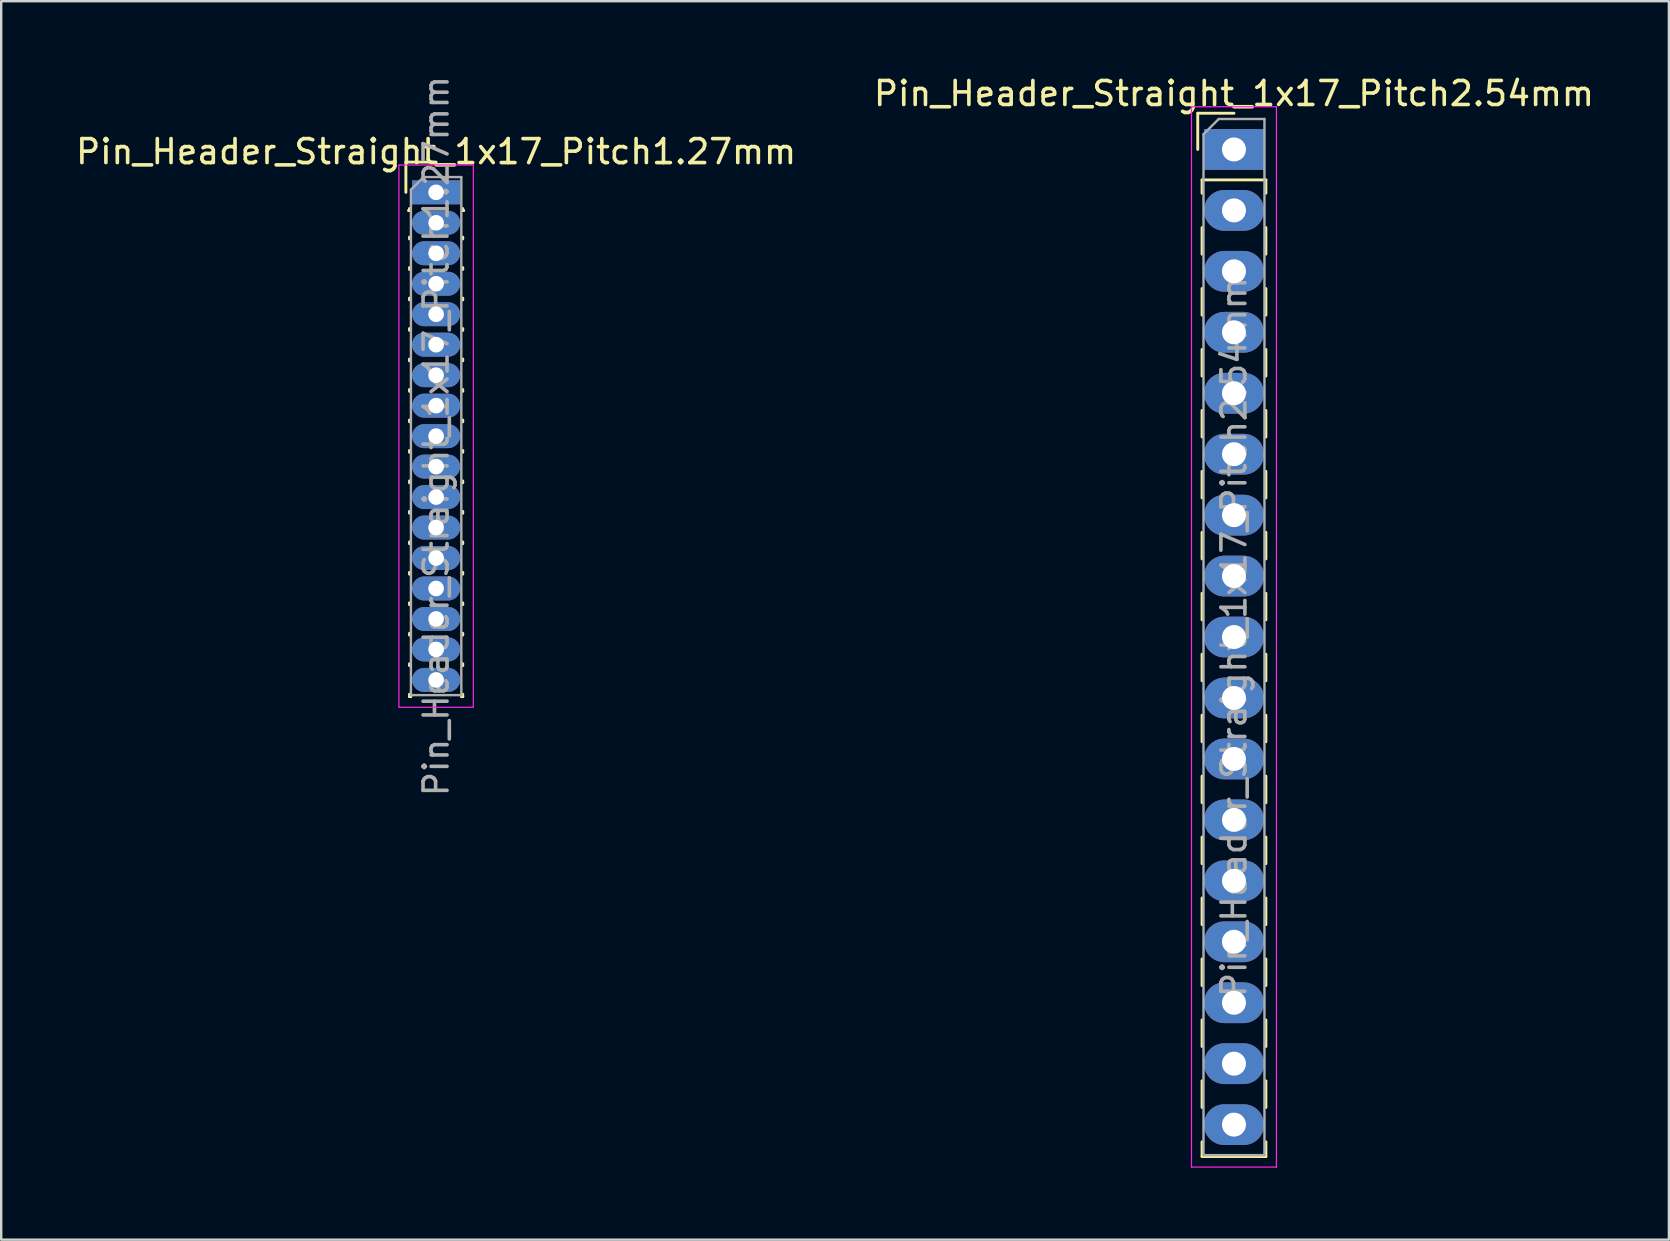
<source format=kicad_pcb>
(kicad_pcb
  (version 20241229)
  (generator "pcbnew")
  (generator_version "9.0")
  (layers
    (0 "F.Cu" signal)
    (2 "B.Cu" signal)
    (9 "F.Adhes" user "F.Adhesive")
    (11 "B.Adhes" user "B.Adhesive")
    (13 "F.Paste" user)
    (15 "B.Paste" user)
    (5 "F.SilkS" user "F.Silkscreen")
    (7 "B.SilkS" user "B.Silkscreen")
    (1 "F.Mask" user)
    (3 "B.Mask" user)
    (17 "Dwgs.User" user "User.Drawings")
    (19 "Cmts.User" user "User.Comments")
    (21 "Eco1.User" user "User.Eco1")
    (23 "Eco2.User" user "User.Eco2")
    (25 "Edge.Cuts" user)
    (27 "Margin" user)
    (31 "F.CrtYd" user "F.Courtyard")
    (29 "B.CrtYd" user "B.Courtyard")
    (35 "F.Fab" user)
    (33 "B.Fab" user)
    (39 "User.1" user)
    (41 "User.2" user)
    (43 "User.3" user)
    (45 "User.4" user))
  (footprint "Pin_Header_Straight_1x17_Pitch2.54mm"
    (layer "F.Cu")
    (at 48.375 3.178)
    (property "Reference" "Pin_Header_Straight_1x17_Pitch2.54mm" (at 0 -2.33 0) (layer "F.SilkS") (effects (font (size 1 1) (thickness 0.15))))
    (attr through_hole)
    (fp_line (start -1.51 -1.51) (end 0 -1.51) (stroke (width 0.12) (type solid)) (layer "F.SilkS"))
    (fp_line (start -1.51 0) (end -1.51 -1.51) (stroke (width 0.12) (type solid)) (layer "F.SilkS"))
    (fp_line (start -1.33 1.27) (end -1.33 1.825) (stroke (width 0.12) (type solid)) (layer "F.SilkS"))
    (fp_line (start -1.33 1.27) (end 1.33 1.27) (stroke (width 0.12) (type solid)) (layer "F.SilkS"))
    (fp_line (start -1.33 3.255) (end -1.33 4.365) (stroke (width 0.12) (type solid)) (layer "F.SilkS"))
    (fp_line (start -1.33 5.795) (end -1.33 6.905) (stroke (width 0.12) (type solid)) (layer "F.SilkS"))
    (fp_line (start -1.33 8.335) (end -1.33 9.445) (stroke (width 0.12) (type solid)) (layer "F.SilkS"))
    (fp_line (start -1.33 10.875) (end -1.33 11.985) (stroke (width 0.12) (type solid)) (layer "F.SilkS"))
    (fp_line (start -1.33 13.415) (end -1.33 14.525) (stroke (width 0.12) (type solid)) (layer "F.SilkS"))
    (fp_line (start -1.33 15.955) (end -1.33 17.065) (stroke (width 0.12) (type solid)) (layer "F.SilkS"))
    (fp_line (start -1.33 18.495) (end -1.33 19.605) (stroke (width 0.12) (type solid)) (layer "F.SilkS"))
    (fp_line (start -1.33 21.035) (end -1.33 22.145) (stroke (width 0.12) (type solid)) (layer "F.SilkS"))
    (fp_line (start -1.33 23.575) (end -1.33 24.685) (stroke (width 0.12) (type solid)) (layer "F.SilkS"))
    (fp_line (start -1.33 26.115) (end -1.33 27.225) (stroke (width 0.12) (type solid)) (layer "F.SilkS"))
    (fp_line (start -1.33 28.655) (end -1.33 29.765) (stroke (width 0.12) (type solid)) (layer "F.SilkS"))
    (fp_line (start -1.33 31.195) (end -1.33 32.305) (stroke (width 0.12) (type solid)) (layer "F.SilkS"))
    (fp_line (start -1.33 33.735) (end -1.33 34.845) (stroke (width 0.12) (type solid)) (layer "F.SilkS"))
    (fp_line (start -1.33 36.275) (end -1.33 37.385) (stroke (width 0.12) (type solid)) (layer "F.SilkS"))
    (fp_line (start -1.33 38.815) (end -1.33 39.925) (stroke (width 0.12) (type solid)) (layer "F.SilkS"))
    (fp_line (start -1.33 41.355) (end -1.33 41.97) (stroke (width 0.12) (type solid)) (layer "F.SilkS"))
    (fp_line (start -1.33 41.97) (end 1.33 41.97) (stroke (width 0.12) (type solid)) (layer "F.SilkS"))
    (fp_line (start 1.33 1.27) (end 1.33 1.825) (stroke (width 0.12) (type solid)) (layer "F.SilkS"))
    (fp_line (start 1.33 3.255) (end 1.33 4.365) (stroke (width 0.12) (type solid)) (layer "F.SilkS"))
    (fp_line (start 1.33 5.795) (end 1.33 6.905) (stroke (width 0.12) (type solid)) (layer "F.SilkS"))
    (fp_line (start 1.33 8.335) (end 1.33 9.445) (stroke (width 0.12) (type solid)) (layer "F.SilkS"))
    (fp_line (start 1.33 10.875) (end 1.33 11.985) (stroke (width 0.12) (type solid)) (layer "F.SilkS"))
    (fp_line (start 1.33 13.415) (end 1.33 14.525) (stroke (width 0.12) (type solid)) (layer "F.SilkS"))
    (fp_line (start 1.33 15.955) (end 1.33 17.065) (stroke (width 0.12) (type solid)) (layer "F.SilkS"))
    (fp_line (start 1.33 18.495) (end 1.33 19.605) (stroke (width 0.12) (type solid)) (layer "F.SilkS"))
    (fp_line (start 1.33 21.035) (end 1.33 22.145) (stroke (width 0.12) (type solid)) (layer "F.SilkS"))
    (fp_line (start 1.33 23.575) (end 1.33 24.685) (stroke (width 0.12) (type solid)) (layer "F.SilkS"))
    (fp_line (start 1.33 26.115) (end 1.33 27.225) (stroke (width 0.12) (type solid)) (layer "F.SilkS"))
    (fp_line (start 1.33 28.655) (end 1.33 29.765) (stroke (width 0.12) (type solid)) (layer "F.SilkS"))
    (fp_line (start 1.33 31.195) (end 1.33 32.305) (stroke (width 0.12) (type solid)) (layer "F.SilkS"))
    (fp_line (start 1.33 33.735) (end 1.33 34.845) (stroke (width 0.12) (type solid)) (layer "F.SilkS"))
    (fp_line (start 1.33 36.275) (end 1.33 37.385) (stroke (width 0.12) (type solid)) (layer "F.SilkS"))
    (fp_line (start 1.33 38.815) (end 1.33 39.925) (stroke (width 0.12) (type solid)) (layer "F.SilkS"))
    (fp_line (start 1.33 41.355) (end 1.33 41.97) (stroke (width 0.12) (type solid)) (layer "F.SilkS"))
    (fp_line (start -1.77 -1.78) (end -1.77 42.41) (stroke (width 0.05) (type solid)) (layer "F.CrtYd"))
    (fp_line (start -1.77 42.41) (end 1.77 42.41) (stroke (width 0.05) (type solid)) (layer "F.CrtYd"))
    (fp_line (start 1.77 -1.78) (end -1.77 -1.78) (stroke (width 0.05) (type solid)) (layer "F.CrtYd"))
    (fp_line (start 1.77 42.41) (end 1.77 -1.78) (stroke (width 0.05) (type solid)) (layer "F.CrtYd"))
    (fp_line (start -1.27 -0.635) (end -0.635 -1.27) (stroke (width 0.1) (type solid)) (layer "F.Fab"))
    (fp_line (start -1.27 41.91) (end -1.27 -0.635) (stroke (width 0.1) (type solid)) (layer "F.Fab"))
    (fp_line (start -0.635 -1.27) (end 1.27 -1.27) (stroke (width 0.1) (type solid)) (layer "F.Fab"))
    (fp_line (start 1.27 -1.27) (end 1.27 41.91) (stroke (width 0.1) (type solid)) (layer "F.Fab"))
    (fp_line (start 1.27 41.91) (end -1.27 41.91) (stroke (width 0.1) (type solid)) (layer "F.Fab"))
    (fp_text user "${REFERENCE}" (at 0 20.32 90) (layer "F.Fab") (effects (font (size 1 1) (thickness 0.15))))
    (pad "1" thru_hole rect (at 0 0) (size 2.5 1.7) (drill 1) (layers "*.Cu" "*.Mask"))
    (pad "2" thru_hole oval (at 0 2.54) (size 2.5 1.7) (drill 1) (layers "*.Cu" "*.Mask"))
    (pad "3" thru_hole oval (at 0 5.08) (size 2.5 1.7) (drill 1) (layers "*.Cu" "*.Mask"))
    (pad "4" thru_hole oval (at 0 7.62) (size 2.5 1.7) (drill 1) (layers "*.Cu" "*.Mask"))
    (pad "5" thru_hole oval (at 0 10.16) (size 2.5 1.7) (drill 1) (layers "*.Cu" "*.Mask"))
    (pad "6" thru_hole oval (at 0 12.7) (size 2.5 1.7) (drill 1) (layers "*.Cu" "*.Mask"))
    (pad "7" thru_hole oval (at 0 15.24) (size 2.5 1.7) (drill 1) (layers "*.Cu" "*.Mask"))
    (pad "8" thru_hole oval (at 0 17.78) (size 2.5 1.7) (drill 1) (layers "*.Cu" "*.Mask"))
    (pad "9" thru_hole oval (at 0 20.32) (size 2.5 1.7) (drill 1) (layers "*.Cu" "*.Mask"))
    (pad "10" thru_hole oval (at 0 22.86) (size 2.5 1.7) (drill 1) (layers "*.Cu" "*.Mask"))
    (pad "11" thru_hole oval (at 0 25.4) (size 2.5 1.7) (drill 1) (layers "*.Cu" "*.Mask"))
    (pad "12" thru_hole oval (at 0 27.94) (size 2.5 1.7) (drill 1) (layers "*.Cu" "*.Mask"))
    (pad "13" thru_hole oval (at 0 30.48) (size 2.5 1.7) (drill 1) (layers "*.Cu" "*.Mask"))
    (pad "14" thru_hole oval (at 0 33.02) (size 2.5 1.7) (drill 1) (layers "*.Cu" "*.Mask"))
    (pad "15" thru_hole oval (at 0 35.56) (size 2.5 1.7) (drill 1) (layers "*.Cu" "*.Mask"))
    (pad "16" thru_hole oval (at 0 38.1) (size 2.5 1.7) (drill 1) (layers "*.Cu" "*.Mask"))
    (pad "17" thru_hole oval (at 0 40.64) (size 2.5 1.7) (drill 1) (layers "*.Cu" "*.Mask")))
  (footprint "Pin_Header_Straight_1x17_Pitch1.27mm"
    (layer "F.Cu")
    (at 15.125 4.965)
    (property "Reference" "Pin_Header_Straight_1x17_Pitch1.27mm" (at 0 -1.695 0) (layer "F.SilkS") (effects (font (size 1 1) (thickness 0.15))))
    (attr through_hole)
    (fp_line (start -1.26 -1.26) (end 0 -1.26) (stroke (width 0.12) (type solid)) (layer "F.SilkS"))
    (fp_line (start -1.26 0) (end -1.26 -1.26) (stroke (width 0.12) (type solid)) (layer "F.SilkS"))
    (fp_line (start -1.11 0.76) (end -1.152 0.76) (stroke (width 0.12) (type solid)) (layer "F.SilkS"))
    (fp_line (start -1.11 0.76) (end -1.11 0.674) (stroke (width 0.12) (type solid)) (layer "F.SilkS"))
    (fp_line (start -1.11 1.866) (end -1.11 1.944) (stroke (width 0.12) (type solid)) (layer "F.SilkS"))
    (fp_line (start -1.11 3.136) (end -1.11 3.214) (stroke (width 0.12) (type solid)) (layer "F.SilkS"))
    (fp_line (start -1.11 4.406) (end -1.11 4.484) (stroke (width 0.12) (type solid)) (layer "F.SilkS"))
    (fp_line (start -1.11 5.676) (end -1.11 5.754) (stroke (width 0.12) (type solid)) (layer "F.SilkS"))
    (fp_line (start -1.11 6.946) (end -1.11 7.024) (stroke (width 0.12) (type solid)) (layer "F.SilkS"))
    (fp_line (start -1.11 8.216) (end -1.11 8.294) (stroke (width 0.12) (type solid)) (layer "F.SilkS"))
    (fp_line (start -1.11 9.486) (end -1.11 9.564) (stroke (width 0.12) (type solid)) (layer "F.SilkS"))
    (fp_line (start -1.11 10.756) (end -1.11 10.834) (stroke (width 0.12) (type solid)) (layer "F.SilkS"))
    (fp_line (start -1.11 12.026) (end -1.11 12.104) (stroke (width 0.12) (type solid)) (layer "F.SilkS"))
    (fp_line (start -1.11 13.296) (end -1.11 13.374) (stroke (width 0.12) (type solid)) (layer "F.SilkS"))
    (fp_line (start -1.11 14.566) (end -1.11 14.644) (stroke (width 0.12) (type solid)) (layer "F.SilkS"))
    (fp_line (start -1.11 15.836) (end -1.11 15.914) (stroke (width 0.12) (type solid)) (layer "F.SilkS"))
    (fp_line (start -1.11 17.106) (end -1.11 17.184) (stroke (width 0.12) (type solid)) (layer "F.SilkS"))
    (fp_line (start -1.11 18.376) (end -1.11 18.454) (stroke (width 0.12) (type solid)) (layer "F.SilkS"))
    (fp_line (start -1.11 19.646) (end -1.11 19.724) (stroke (width 0.12) (type solid)) (layer "F.SilkS"))
    (fp_line (start -1.11 20.916) (end -1.11 21.015) (stroke (width 0.12) (type solid)) (layer "F.SilkS"))
    (fp_line (start -1.11 21.015) (end -1.051 21.015) (stroke (width 0.12) (type solid)) (layer "F.SilkS"))
    (fp_line (start 1.051 21.015) (end 1.11 21.015) (stroke (width 0.12) (type solid)) (layer "F.SilkS"))
    (fp_line (start 1.11 0.76) (end 1.11 0.674) (stroke (width 0.12) (type solid)) (layer "F.SilkS"))
    (fp_line (start 1.11 1.866) (end 1.11 1.944) (stroke (width 0.12) (type solid)) (layer "F.SilkS"))
    (fp_line (start 1.11 3.136) (end 1.11 3.214) (stroke (width 0.12) (type solid)) (layer "F.SilkS"))
    (fp_line (start 1.11 4.406) (end 1.11 4.484) (stroke (width 0.12) (type solid)) (layer "F.SilkS"))
    (fp_line (start 1.11 5.676) (end 1.11 5.754) (stroke (width 0.12) (type solid)) (layer "F.SilkS"))
    (fp_line (start 1.11 6.946) (end 1.11 7.024) (stroke (width 0.12) (type solid)) (layer "F.SilkS"))
    (fp_line (start 1.11 8.216) (end 1.11 8.294) (stroke (width 0.12) (type solid)) (layer "F.SilkS"))
    (fp_line (start 1.11 9.486) (end 1.11 9.564) (stroke (width 0.12) (type solid)) (layer "F.SilkS"))
    (fp_line (start 1.11 10.756) (end 1.11 10.834) (stroke (width 0.12) (type solid)) (layer "F.SilkS"))
    (fp_line (start 1.11 12.026) (end 1.11 12.104) (stroke (width 0.12) (type solid)) (layer "F.SilkS"))
    (fp_line (start 1.11 13.296) (end 1.11 13.374) (stroke (width 0.12) (type solid)) (layer "F.SilkS"))
    (fp_line (start 1.11 14.566) (end 1.11 14.644) (stroke (width 0.12) (type solid)) (layer "F.SilkS"))
    (fp_line (start 1.11 15.836) (end 1.11 15.914) (stroke (width 0.12) (type solid)) (layer "F.SilkS"))
    (fp_line (start 1.11 17.106) (end 1.11 17.184) (stroke (width 0.12) (type solid)) (layer "F.SilkS"))
    (fp_line (start 1.11 18.376) (end 1.11 18.454) (stroke (width 0.12) (type solid)) (layer "F.SilkS"))
    (fp_line (start 1.11 19.646) (end 1.11 19.724) (stroke (width 0.12) (type solid)) (layer "F.SilkS"))
    (fp_line (start 1.11 20.916) (end 1.11 21.015) (stroke (width 0.12) (type solid)) (layer "F.SilkS"))
    (fp_line (start 1.152 0.76) (end 1.11 0.76) (stroke (width 0.12) (type solid)) (layer "F.SilkS"))
    (fp_line (start -1.55 -1.14) (end -1.55 21.46) (stroke (width 0.05) (type solid)) (layer "F.CrtYd"))
    (fp_line (start -1.55 21.46) (end 1.55 21.46) (stroke (width 0.05) (type solid)) (layer "F.CrtYd"))
    (fp_line (start 1.55 -1.14) (end -1.55 -1.14) (stroke (width 0.05) (type solid)) (layer "F.CrtYd"))
    (fp_line (start 1.55 21.46) (end 1.55 -1.14) (stroke (width 0.05) (type solid)) (layer "F.CrtYd"))
    (fp_line (start -1.05 -0.11) (end -0.525 -0.635) (stroke (width 0.1) (type solid)) (layer "F.Fab"))
    (fp_line (start -1.05 20.955) (end -1.05 -0.11) (stroke (width 0.1) (type solid)) (layer "F.Fab"))
    (fp_line (start -0.525 -0.635) (end 1.05 -0.635) (stroke (width 0.1) (type solid)) (layer "F.Fab"))
    (fp_line (start 1.05 -0.635) (end 1.05 20.955) (stroke (width 0.1) (type solid)) (layer "F.Fab"))
    (fp_line (start 1.05 20.955) (end -1.05 20.955) (stroke (width 0.1) (type solid)) (layer "F.Fab"))
    (fp_text user "${REFERENCE}" (at 0 10.16 90) (layer "F.Fab") (effects (font (size 1 1) (thickness 0.15))))
    (pad "1" thru_hole rect (at 0 0) (size 2 1) (drill 0.65) (layers "*.Cu" "*.Mask"))
    (pad "2" thru_hole oval (at 0 1.27) (size 2 1) (drill 0.65) (layers "*.Cu" "*.Mask"))
    (pad "3" thru_hole oval (at 0 2.54) (size 2 1) (drill 0.65) (layers "*.Cu" "*.Mask"))
    (pad "4" thru_hole oval (at 0 3.81) (size 2 1) (drill 0.65) (layers "*.Cu" "*.Mask"))
    (pad "5" thru_hole oval (at 0 5.08) (size 2 1) (drill 0.65) (layers "*.Cu" "*.Mask"))
    (pad "6" thru_hole oval (at 0 6.35) (size 2 1) (drill 0.65) (layers "*.Cu" "*.Mask"))
    (pad "7" thru_hole oval (at 0 7.62) (size 2 1) (drill 0.65) (layers "*.Cu" "*.Mask"))
    (pad "8" thru_hole oval (at 0 8.89) (size 2 1) (drill 0.65) (layers "*.Cu" "*.Mask"))
    (pad "9" thru_hole oval (at 0 10.16) (size 2 1) (drill 0.65) (layers "*.Cu" "*.Mask"))
    (pad "10" thru_hole oval (at 0 11.43) (size 2 1) (drill 0.65) (layers "*.Cu" "*.Mask"))
    (pad "11" thru_hole oval (at 0 12.7) (size 2 1) (drill 0.65) (layers "*.Cu" "*.Mask"))
    (pad "12" thru_hole oval (at 0 13.97) (size 2 1) (drill 0.65) (layers "*.Cu" "*.Mask"))
    (pad "13" thru_hole oval (at 0 15.24) (size 2 1) (drill 0.65) (layers "*.Cu" "*.Mask"))
    (pad "14" thru_hole oval (at 0 16.51) (size 2 1) (drill 0.65) (layers "*.Cu" "*.Mask"))
    (pad "15" thru_hole oval (at 0 17.78) (size 2 1) (drill 0.65) (layers "*.Cu" "*.Mask"))
    (pad "16" thru_hole oval (at 0 19.05) (size 2 1) (drill 0.65) (layers "*.Cu" "*.Mask"))
    (pad "17" thru_hole oval (at 0 20.32) (size 2 1) (drill 0.65) (layers "*.Cu" "*.Mask")))
  (gr_rect
    (start -3 -3)
    (end 66.5 48.613)
    (stroke (width 0.1) (type default))
    (fill no)
    (layer "Edge.Cuts")))
</source>
